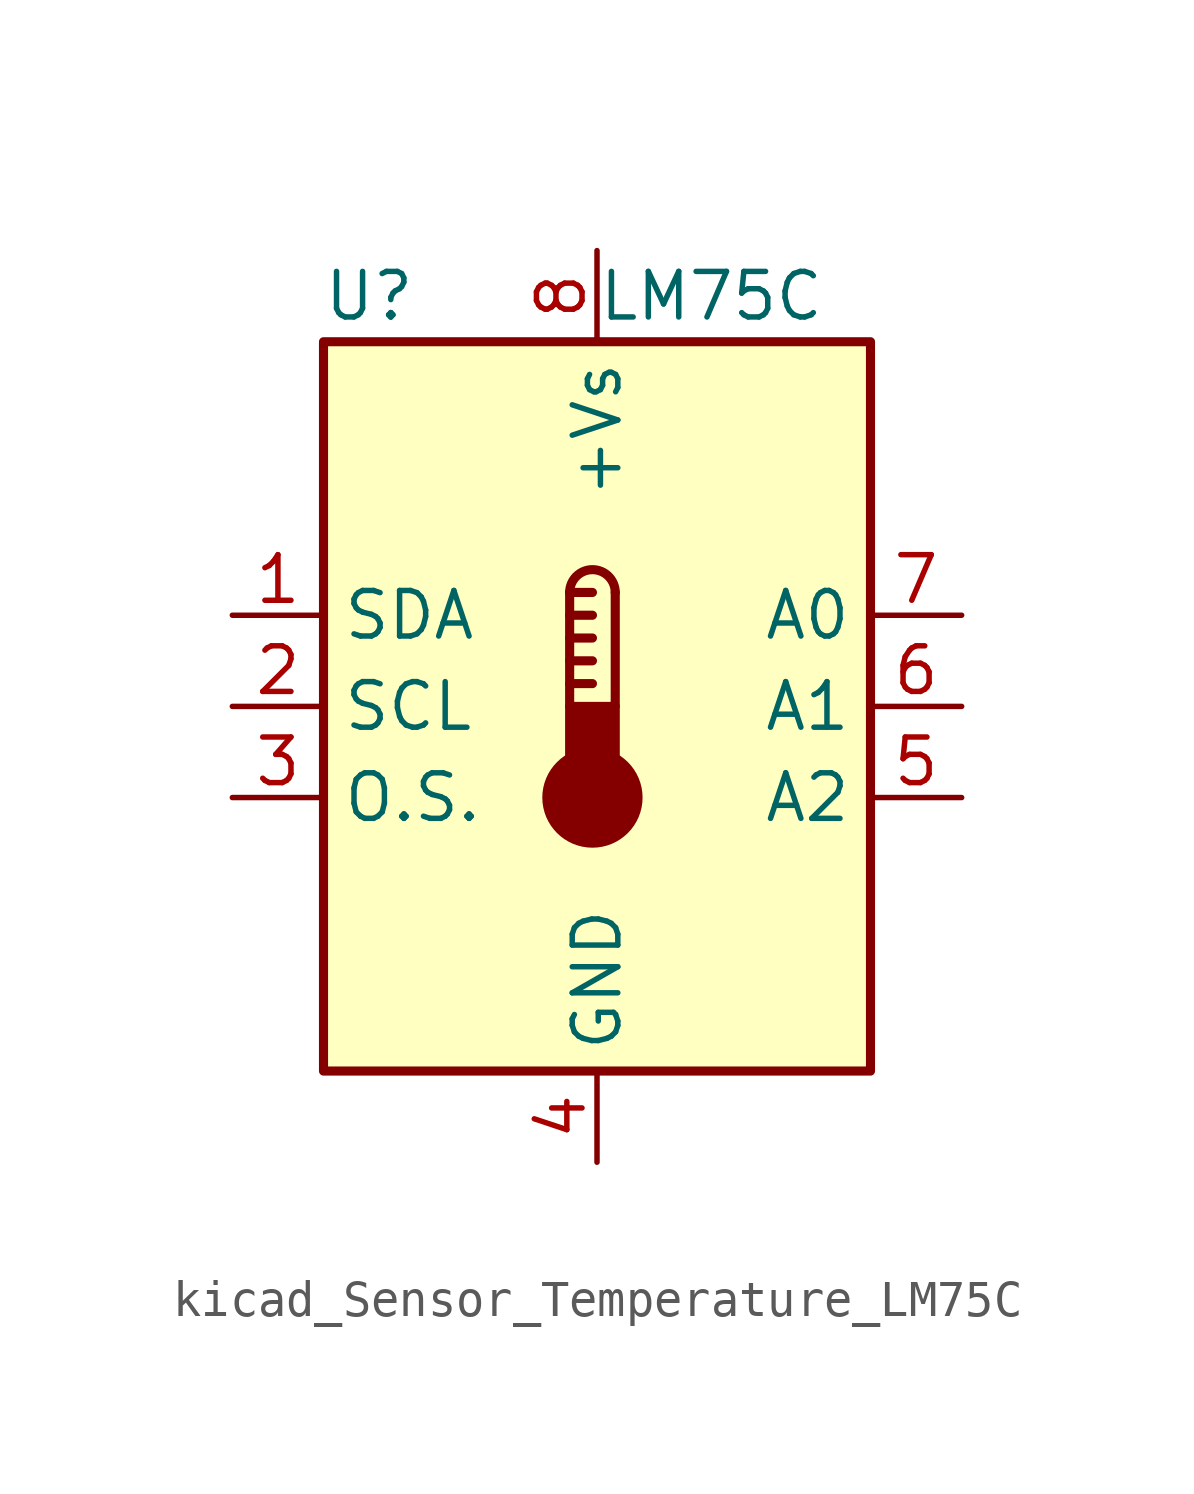
<source format=kicad_sym>
(kicad_symbol_lib
  (version 20220914)
  (generator kicad_symbol_editor)
  (symbol "kicad_Sensor_Temperature_LM75C"
    (property "Reference" "U"
      (at -6.35 11.43 0)
      (effects (font (size 1.27 1.27))))
    (property "Value" "LM75C"
      (at 0 11.43 0)
      (effects (font (size 1.27 1.27)) (justify left)))
    (symbol "kicad_Sensor_Temperature_LM75C_0_1"
      (rectangle (start -7.62 10.16) (end 7.62 -10.16) (stroke (width 0.254) (type default)) (fill (type background)))
      (circle (center -0.127 -2.54) (radius 1.27) (stroke (width 0.254) (type default)) (fill (type outline)))
      (polyline (pts (xy -0.762 0.635) (xy -0.127 0.635)) (stroke (width 0.254) (type default)) (fill (type none)))
      (polyline (pts (xy -0.762 1.27) (xy -0.127 1.27)) (stroke (width 0.254) (type default)) (fill (type none)))
      (polyline (pts (xy -0.762 1.905) (xy -0.127 1.905)) (stroke (width 0.254) (type default)) (fill (type none)))
      (polyline (pts (xy -0.762 2.54) (xy -0.127 2.54)) (stroke (width 0.254) (type default)) (fill (type none)))
      (polyline (pts (xy -0.762 3.175) (xy -0.762 0)) (stroke (width 0.254) (type default)) (fill (type none)))
      (polyline (pts (xy -0.762 3.175) (xy -0.127 3.175)) (stroke (width 0.254) (type default)) (fill (type none)))
      (polyline (pts (xy 0.508 3.175) (xy 0.508 0)) (stroke (width 0.254) (type default)) (fill (type none)))
      (rectangle (start 0.508 -1.905) (end -0.762 0) (stroke (width 0.254) (type default)) (fill (type outline)))
      (arc (start 0.508 3.175) (mid -0.127 3.8073) (end -0.762 3.175) (stroke (width 0.254) (type default)) (fill (type none))))
    (symbol "kicad_Sensor_Temperature_LM75C_1_1"
      (pin bidirectional line (at -10.16 2.54 0) (length 2.54) (name "SDA" (effects (font (size 1.27 1.27)))) (number "1" (effects (font (size 1.27 1.27)))))
      (pin input line (at -10.16 0 0) (length 2.54) (name "SCL" (effects (font (size 1.27 1.27)))) (number "2" (effects (font (size 1.27 1.27)))))
      (pin open_collector line (at -10.16 -2.54 0) (length 2.54) (name "O.S." (effects (font (size 1.27 1.27)))) (number "3" (effects (font (size 1.27 1.27)))))
      (pin power_in line (at 0 -12.7 90) (length 2.54) (name "GND" (effects (font (size 1.27 1.27)))) (number "4" (effects (font (size 1.27 1.27)))))
      (pin input line (at 10.16 -2.54 180) (length 2.54) (name "A2" (effects (font (size 1.27 1.27)))) (number "5" (effects (font (size 1.27 1.27)))))
      (pin input line (at 10.16 0 180) (length 2.54) (name "A1" (effects (font (size 1.27 1.27)))) (number "6" (effects (font (size 1.27 1.27)))))
      (pin input line (at 10.16 2.54 180) (length 2.54) (name "A0" (effects (font (size 1.27 1.27)))) (number "7" (effects (font (size 1.27 1.27)))))
      (pin power_in line (at 0 12.7 270) (length 2.54) (name "+Vs" (effects (font (size 1.27 1.27)))) (number "8" (effects (font (size 1.27 1.27))))))))
</source>
